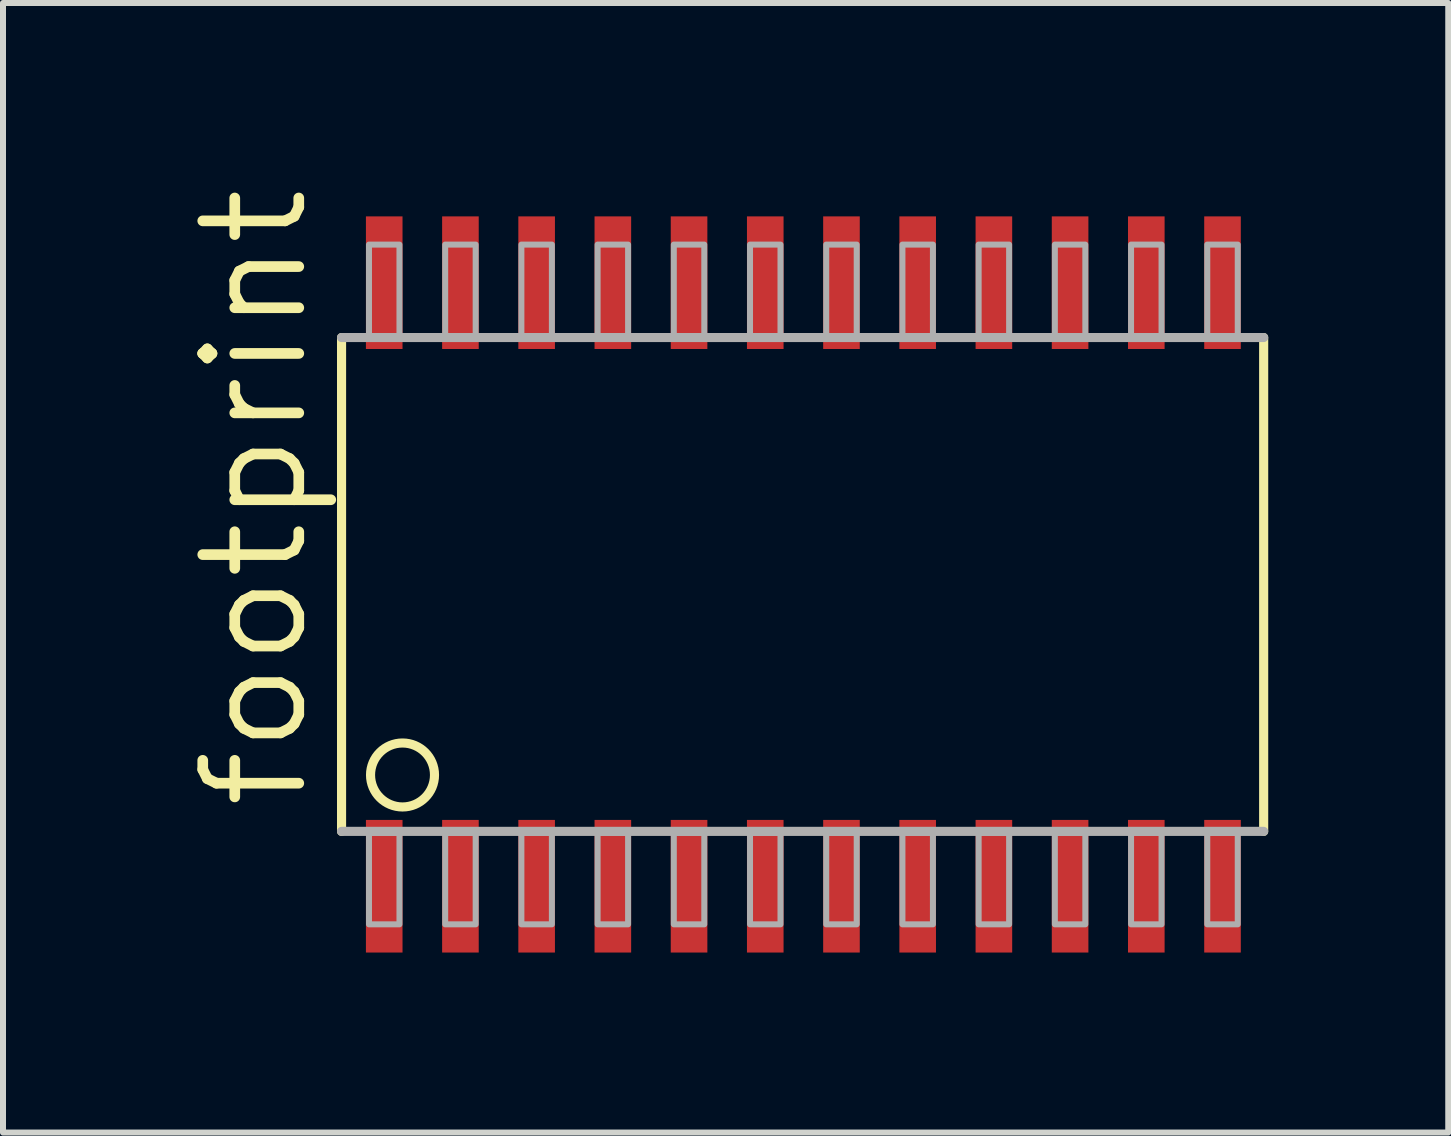
<source format=kicad_pcb>
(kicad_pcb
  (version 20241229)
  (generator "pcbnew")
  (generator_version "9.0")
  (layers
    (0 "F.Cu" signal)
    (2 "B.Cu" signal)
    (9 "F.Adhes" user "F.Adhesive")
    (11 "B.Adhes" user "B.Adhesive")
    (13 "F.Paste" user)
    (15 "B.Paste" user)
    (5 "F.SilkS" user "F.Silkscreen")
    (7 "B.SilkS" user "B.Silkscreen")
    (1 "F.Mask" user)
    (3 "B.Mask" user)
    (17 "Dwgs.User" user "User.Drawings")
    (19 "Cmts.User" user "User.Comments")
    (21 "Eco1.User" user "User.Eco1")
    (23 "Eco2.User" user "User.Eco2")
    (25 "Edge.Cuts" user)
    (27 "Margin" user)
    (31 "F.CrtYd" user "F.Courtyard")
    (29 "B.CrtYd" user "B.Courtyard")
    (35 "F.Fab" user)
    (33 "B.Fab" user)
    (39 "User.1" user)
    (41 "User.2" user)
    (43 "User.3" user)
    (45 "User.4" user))
  (footprint "footprint"
    (layer "F.Cu")
    (at 10.338 6.69)
    (property "Reference" "footprint" (at -8.204 3.81 90) (layer "F.SilkS") (effects (font (size 1.6 1.6) (thickness 0.178)) (justify left bottom)))
    (fp_line (start -7.696 -4.115) (end -7.696 4.115) (stroke (width 0.152) (type solid)) (layer "F.SilkS"))
    (fp_line (start 7.671 4.115) (end 7.671 -4.115) (stroke (width 0.152) (type solid)) (layer "F.SilkS"))
    (fp_circle (center -6.68 3.175) (end -6.147 3.175) (stroke (width 0.152) (type solid)) (fill no) (layer "F.SilkS"))
    (fp_line (start -7.696 4.115) (end 7.671 4.115) (stroke (width 0.152) (type solid)) (layer "F.Fab"))
    (fp_line (start 7.671 -4.115) (end -7.696 -4.115) (stroke (width 0.152) (type solid)) (layer "F.Fab"))
    (fp_poly (pts (xy -7.239 -4.14) (xy -6.731 -4.14) (xy -6.731 -5.664) (xy -7.239 -5.664)) (stroke (width 0.1) (type solid)) (fill no) (layer "F.Fab"))
    (fp_poly (pts (xy -7.239 5.664) (xy -6.731 5.664) (xy -6.731 4.14) (xy -7.239 4.14)) (stroke (width 0.1) (type solid)) (fill no) (layer "F.Fab"))
    (fp_poly (pts (xy -5.969 -4.14) (xy -5.461 -4.14) (xy -5.461 -5.664) (xy -5.969 -5.664)) (stroke (width 0.1) (type solid)) (fill no) (layer "F.Fab"))
    (fp_poly (pts (xy -5.969 5.664) (xy -5.461 5.664) (xy -5.461 4.14) (xy -5.969 4.14)) (stroke (width 0.1) (type solid)) (fill no) (layer "F.Fab"))
    (fp_poly (pts (xy -4.699 -4.14) (xy -4.191 -4.14) (xy -4.191 -5.664) (xy -4.699 -5.664)) (stroke (width 0.1) (type solid)) (fill no) (layer "F.Fab"))
    (fp_poly (pts (xy -4.699 5.664) (xy -4.191 5.664) (xy -4.191 4.14) (xy -4.699 4.14)) (stroke (width 0.1) (type solid)) (fill no) (layer "F.Fab"))
    (fp_poly (pts (xy -3.429 -4.14) (xy -2.921 -4.14) (xy -2.921 -5.664) (xy -3.429 -5.664)) (stroke (width 0.1) (type solid)) (fill no) (layer "F.Fab"))
    (fp_poly (pts (xy -3.429 5.664) (xy -2.921 5.664) (xy -2.921 4.14) (xy -3.429 4.14)) (stroke (width 0.1) (type solid)) (fill no) (layer "F.Fab"))
    (fp_poly (pts (xy -2.159 -4.14) (xy -1.651 -4.14) (xy -1.651 -5.664) (xy -2.159 -5.664)) (stroke (width 0.1) (type solid)) (fill no) (layer "F.Fab"))
    (fp_poly (pts (xy -2.159 5.664) (xy -1.651 5.664) (xy -1.651 4.14) (xy -2.159 4.14)) (stroke (width 0.1) (type solid)) (fill no) (layer "F.Fab"))
    (fp_poly (pts (xy -0.889 -4.14) (xy -0.381 -4.14) (xy -0.381 -5.664) (xy -0.889 -5.664)) (stroke (width 0.1) (type solid)) (fill no) (layer "F.Fab"))
    (fp_poly (pts (xy -0.889 5.664) (xy -0.381 5.664) (xy -0.381 4.14) (xy -0.889 4.14)) (stroke (width 0.1) (type solid)) (fill no) (layer "F.Fab"))
    (fp_poly (pts (xy 0.381 -4.14) (xy 0.889 -4.14) (xy 0.889 -5.664) (xy 0.381 -5.664)) (stroke (width 0.1) (type solid)) (fill no) (layer "F.Fab"))
    (fp_poly (pts (xy 0.381 5.664) (xy 0.889 5.664) (xy 0.889 4.14) (xy 0.381 4.14)) (stroke (width 0.1) (type solid)) (fill no) (layer "F.Fab"))
    (fp_poly (pts (xy 1.651 -4.14) (xy 2.159 -4.14) (xy 2.159 -5.664) (xy 1.651 -5.664)) (stroke (width 0.1) (type solid)) (fill no) (layer "F.Fab"))
    (fp_poly (pts (xy 1.651 5.664) (xy 2.159 5.664) (xy 2.159 4.14) (xy 1.651 4.14)) (stroke (width 0.1) (type solid)) (fill no) (layer "F.Fab"))
    (fp_poly (pts (xy 2.921 -4.14) (xy 3.429 -4.14) (xy 3.429 -5.664) (xy 2.921 -5.664)) (stroke (width 0.1) (type solid)) (fill no) (layer "F.Fab"))
    (fp_poly (pts (xy 2.921 5.664) (xy 3.429 5.664) (xy 3.429 4.14) (xy 2.921 4.14)) (stroke (width 0.1) (type solid)) (fill no) (layer "F.Fab"))
    (fp_poly (pts (xy 4.191 -4.14) (xy 4.699 -4.14) (xy 4.699 -5.664) (xy 4.191 -5.664)) (stroke (width 0.1) (type solid)) (fill no) (layer "F.Fab"))
    (fp_poly (pts (xy 4.191 5.664) (xy 4.699 5.664) (xy 4.699 4.14) (xy 4.191 4.14)) (stroke (width 0.1) (type solid)) (fill no) (layer "F.Fab"))
    (fp_poly (pts (xy 5.461 -4.14) (xy 5.969 -4.14) (xy 5.969 -5.664) (xy 5.461 -5.664)) (stroke (width 0.1) (type solid)) (fill no) (layer "F.Fab"))
    (fp_poly (pts (xy 5.461 5.664) (xy 5.969 5.664) (xy 5.969 4.14) (xy 5.461 4.14)) (stroke (width 0.1) (type solid)) (fill no) (layer "F.Fab"))
    (fp_poly (pts (xy 6.731 -4.14) (xy 7.239 -4.14) (xy 7.239 -5.664) (xy 6.731 -5.664)) (stroke (width 0.1) (type solid)) (fill no) (layer "F.Fab"))
    (fp_poly (pts (xy 6.731 5.664) (xy 7.239 5.664) (xy 7.239 4.14) (xy 6.731 4.14)) (stroke (width 0.1) (type solid)) (fill no) (layer "F.Fab"))
    (pad "1" smd rect (at -6.985 5.029) (size 0.61 2.21) (layers "F.Cu" "F.Mask" "F.Paste"))
    (pad "2" smd rect (at -5.715 5.029) (size 0.61 2.21) (layers "F.Cu" "F.Mask" "F.Paste"))
    (pad "3" smd rect (at -4.445 5.029) (size 0.61 2.21) (layers "F.Cu" "F.Mask" "F.Paste"))
    (pad "4" smd rect (at -3.175 5.029) (size 0.61 2.21) (layers "F.Cu" "F.Mask" "F.Paste"))
    (pad "5" smd rect (at -1.905 5.029) (size 0.61 2.21) (layers "F.Cu" "F.Mask" "F.Paste"))
    (pad "6" smd rect (at -0.635 5.029) (size 0.61 2.21) (layers "F.Cu" "F.Mask" "F.Paste"))
    (pad "7" smd rect (at 0.635 5.029) (size 0.61 2.21) (layers "F.Cu" "F.Mask" "F.Paste"))
    (pad "8" smd rect (at 1.905 5.029) (size 0.61 2.21) (layers "F.Cu" "F.Mask" "F.Paste"))
    (pad "9" smd rect (at 3.175 5.029) (size 0.61 2.21) (layers "F.Cu" "F.Mask" "F.Paste"))
    (pad "10" smd rect (at 4.445 5.029) (size 0.61 2.21) (layers "F.Cu" "F.Mask" "F.Paste"))
    (pad "11" smd rect (at 5.715 5.029) (size 0.61 2.21) (layers "F.Cu" "F.Mask" "F.Paste"))
    (pad "12" smd rect (at 6.985 5.029) (size 0.61 2.21) (layers "F.Cu" "F.Mask" "F.Paste"))
    (pad "13" smd rect (at 6.985 -5.029) (size 0.61 2.21) (layers "F.Cu" "F.Mask" "F.Paste"))
    (pad "14" smd rect (at 5.715 -5.029) (size 0.61 2.21) (layers "F.Cu" "F.Mask" "F.Paste"))
    (pad "15" smd rect (at 4.445 -5.029) (size 0.61 2.21) (layers "F.Cu" "F.Mask" "F.Paste"))
    (pad "16" smd rect (at 3.175 -5.029) (size 0.61 2.21) (layers "F.Cu" "F.Mask" "F.Paste"))
    (pad "17" smd rect (at 1.905 -5.029) (size 0.61 2.21) (layers "F.Cu" "F.Mask" "F.Paste"))
    (pad "18" smd rect (at 0.635 -5.029) (size 0.61 2.21) (layers "F.Cu" "F.Mask" "F.Paste"))
    (pad "19" smd rect (at -0.635 -5.029) (size 0.61 2.21) (layers "F.Cu" "F.Mask" "F.Paste"))
    (pad "20" smd rect (at -1.905 -5.029) (size 0.61 2.21) (layers "F.Cu" "F.Mask" "F.Paste"))
    (pad "21" smd rect (at -3.175 -5.029) (size 0.61 2.21) (layers "F.Cu" "F.Mask" "F.Paste"))
    (pad "22" smd rect (at -4.445 -5.029) (size 0.61 2.21) (layers "F.Cu" "F.Mask" "F.Paste"))
    (pad "23" smd rect (at -5.715 -5.029) (size 0.61 2.21) (layers "F.Cu" "F.Mask" "F.Paste"))
    (pad "24" smd rect (at -6.985 -5.029) (size 0.61 2.21) (layers "F.Cu" "F.Mask" "F.Paste")))
  (gr_rect
    (start -3 -3)
    (end 21.085 15.824)
    (stroke (width 0.1) (type default))
    (fill no)
    (layer "Edge.Cuts")))
</source>
